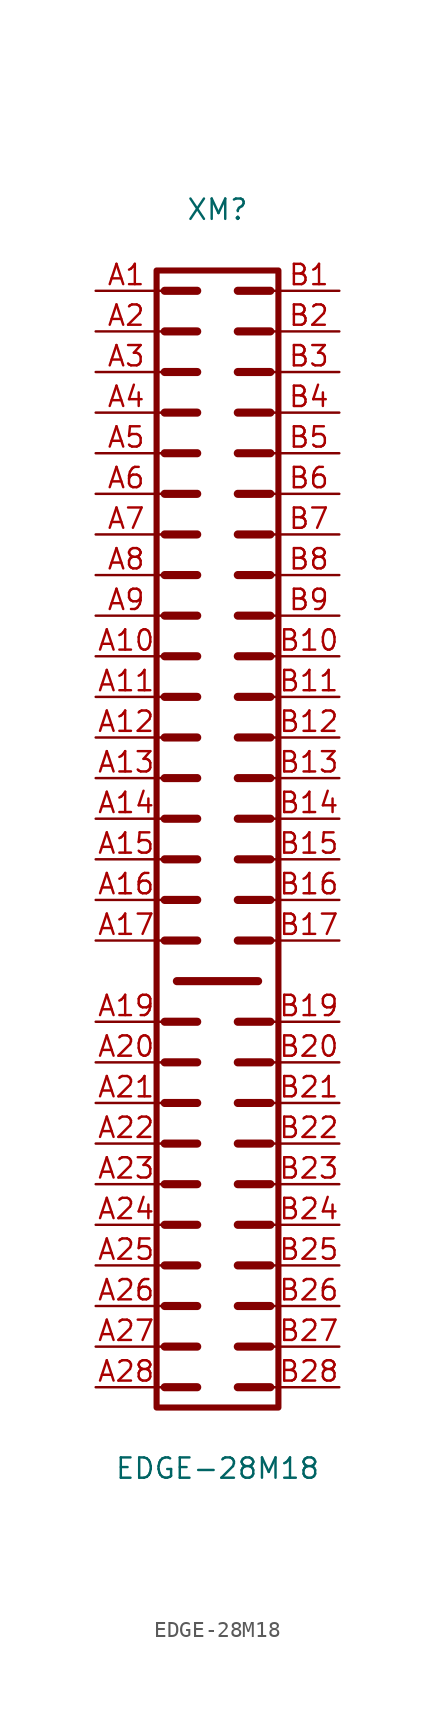
<source format=kicad_sym>
(kicad_symbol_lib
  (version 20231120)
  (generator "kicad_symbol_editor")
  (generator_version "8.0")
  (symbol "EDGE-28M18"
    (pin_names
      (offset 1.016))
    (property "Reference" "XM"
      (at 0 39.37 0)
      (effects (font (size 1.27 1.27))))
    (property "Value" "EDGE-28M18"
      (at 0 -39.37 0)
      (effects (font (size 1.27 1.27))))
    (symbol "EDGE-28M18_0_0"
      (polyline (pts (xy -2.54 -8.89) (xy 2.54 -8.89)) (stroke (width 0.508) (type default)) (fill (type none))))
    (symbol "EDGE-28M18_0_1"
      (rectangle (start -3.81 35.56) (end 3.81 -35.56) (stroke (width 0.381) (type default)) (fill (type none)))
      (polyline (pts (xy -3.81 -34.29) (xy -3.302 -34.29)) (stroke (width 0) (type default)) (fill (type none)))
      (polyline (pts (xy -3.81 -31.75) (xy -3.302 -31.75)) (stroke (width 0) (type default)) (fill (type none)))
      (polyline (pts (xy -3.81 -29.21) (xy -3.302 -29.21)) (stroke (width 0) (type default)) (fill (type none)))
      (polyline (pts (xy -3.81 -26.67) (xy -3.302 -26.67)) (stroke (width 0) (type default)) (fill (type none)))
      (polyline (pts (xy -3.81 -24.13) (xy -3.302 -24.13)) (stroke (width 0) (type default)) (fill (type none)))
      (polyline (pts (xy -3.81 -21.59) (xy -3.302 -21.59)) (stroke (width 0) (type default)) (fill (type none)))
      (polyline (pts (xy -3.81 -19.05) (xy -3.302 -19.05)) (stroke (width 0) (type default)) (fill (type none)))
      (polyline (pts (xy -3.81 -16.51) (xy -3.302 -16.51)) (stroke (width 0) (type default)) (fill (type none)))
      (polyline (pts (xy -3.81 -13.97) (xy -3.302 -13.97)) (stroke (width 0) (type default)) (fill (type none)))
      (polyline (pts (xy -3.81 -11.43) (xy -3.302 -11.43)) (stroke (width 0) (type default)) (fill (type none)))
      (polyline (pts (xy -3.81 -6.35) (xy -3.302 -6.35)) (stroke (width 0) (type default)) (fill (type none)))
      (polyline (pts (xy -3.81 -3.81) (xy -3.302 -3.81)) (stroke (width 0) (type default)) (fill (type none)))
      (polyline (pts (xy -3.81 -1.27) (xy -3.302 -1.27)) (stroke (width 0) (type default)) (fill (type none)))
      (polyline (pts (xy -3.81 1.27) (xy -3.302 1.27)) (stroke (width 0) (type default)) (fill (type none)))
      (polyline (pts (xy -3.81 3.81) (xy -3.302 3.81)) (stroke (width 0) (type default)) (fill (type none)))
      (polyline (pts (xy -3.81 6.35) (xy -3.302 6.35)) (stroke (width 0) (type default)) (fill (type none)))
      (polyline (pts (xy -3.81 8.89) (xy -3.302 8.89)) (stroke (width 0) (type default)) (fill (type none)))
      (polyline (pts (xy -3.81 11.43) (xy -3.302 11.43)) (stroke (width 0) (type default)) (fill (type none)))
      (polyline (pts (xy -3.81 13.97) (xy -3.302 13.97)) (stroke (width 0) (type default)) (fill (type none)))
      (polyline (pts (xy -3.81 16.51) (xy -3.302 16.51)) (stroke (width 0) (type default)) (fill (type none)))
      (polyline (pts (xy -3.81 19.05) (xy -3.302 19.05)) (stroke (width 0) (type default)) (fill (type none)))
      (polyline (pts (xy -3.81 21.59) (xy -3.302 21.59)) (stroke (width 0) (type default)) (fill (type none)))
      (polyline (pts (xy -3.81 24.13) (xy -3.302 24.13)) (stroke (width 0) (type default)) (fill (type none)))
      (polyline (pts (xy -3.81 26.67) (xy -3.302 26.67)) (stroke (width 0) (type default)) (fill (type none)))
      (polyline (pts (xy -3.81 29.21) (xy -3.302 29.21)) (stroke (width 0) (type default)) (fill (type none)))
      (polyline (pts (xy -3.81 31.75) (xy -3.302 31.75)) (stroke (width 0) (type default)) (fill (type none)))
      (polyline (pts (xy -3.81 34.29) (xy -3.302 34.29)) (stroke (width 0) (type default)) (fill (type none)))
      (polyline (pts (xy -3.302 -34.29) (xy -1.27 -34.29)) (stroke (width 0.508) (type default)) (fill (type none)))
      (polyline (pts (xy -3.302 -31.75) (xy -1.27 -31.75)) (stroke (width 0.508) (type default)) (fill (type none)))
      (polyline (pts (xy -3.302 -29.21) (xy -1.27 -29.21)) (stroke (width 0.508) (type default)) (fill (type none)))
      (polyline (pts (xy -3.302 -26.67) (xy -1.27 -26.67)) (stroke (width 0.508) (type default)) (fill (type none)))
      (polyline (pts (xy -3.302 -24.13) (xy -1.27 -24.13)) (stroke (width 0.508) (type default)) (fill (type none)))
      (polyline (pts (xy -3.302 -21.59) (xy -1.27 -21.59)) (stroke (width 0.508) (type default)) (fill (type none)))
      (polyline (pts (xy -3.302 -19.05) (xy -1.27 -19.05)) (stroke (width 0.508) (type default)) (fill (type none)))
      (polyline (pts (xy -3.302 -16.51) (xy -1.27 -16.51)) (stroke (width 0.508) (type default)) (fill (type none)))
      (polyline (pts (xy -3.302 -13.97) (xy -1.27 -13.97)) (stroke (width 0.508) (type default)) (fill (type none)))
      (polyline (pts (xy -3.302 -11.43) (xy -1.27 -11.43)) (stroke (width 0.508) (type default)) (fill (type none)))
      (polyline (pts (xy -3.302 -6.35) (xy -1.27 -6.35)) (stroke (width 0.508) (type default)) (fill (type none)))
      (polyline (pts (xy -3.302 -3.81) (xy -1.27 -3.81)) (stroke (width 0.508) (type default)) (fill (type none)))
      (polyline (pts (xy -3.302 -1.27) (xy -1.27 -1.27)) (stroke (width 0.508) (type default)) (fill (type none)))
      (polyline (pts (xy -3.302 1.27) (xy -1.27 1.27)) (stroke (width 0.508) (type default)) (fill (type none)))
      (polyline (pts (xy -3.302 3.81) (xy -1.27 3.81)) (stroke (width 0.508) (type default)) (fill (type none)))
      (polyline (pts (xy -3.302 6.35) (xy -1.27 6.35)) (stroke (width 0.508) (type default)) (fill (type none)))
      (polyline (pts (xy -3.302 8.89) (xy -1.27 8.89)) (stroke (width 0.508) (type default)) (fill (type none)))
      (polyline (pts (xy -3.302 11.43) (xy -1.27 11.43)) (stroke (width 0.508) (type default)) (fill (type none)))
      (polyline (pts (xy -3.302 13.97) (xy -1.27 13.97)) (stroke (width 0.508) (type default)) (fill (type none)))
      (polyline (pts (xy -3.302 16.51) (xy -1.27 16.51)) (stroke (width 0.508) (type default)) (fill (type none)))
      (polyline (pts (xy -3.302 19.05) (xy -1.27 19.05)) (stroke (width 0.508) (type default)) (fill (type none)))
      (polyline (pts (xy -3.302 21.59) (xy -1.27 21.59)) (stroke (width 0.508) (type default)) (fill (type none)))
      (polyline (pts (xy -3.302 24.13) (xy -1.27 24.13)) (stroke (width 0.508) (type default)) (fill (type none)))
      (polyline (pts (xy -3.302 26.67) (xy -1.27 26.67)) (stroke (width 0.508) (type default)) (fill (type none)))
      (polyline (pts (xy -3.302 29.21) (xy -1.27 29.21)) (stroke (width 0.508) (type default)) (fill (type none)))
      (polyline (pts (xy -3.302 31.75) (xy -1.27 31.75)) (stroke (width 0.508) (type default)) (fill (type none)))
      (polyline (pts (xy -3.302 34.29) (xy -1.27 34.29)) (stroke (width 0.508) (type default)) (fill (type none)))
      (polyline (pts (xy 3.302 -34.29) (xy 1.27 -34.29)) (stroke (width 0.508) (type default)) (fill (type none)))
      (polyline (pts (xy 3.302 -31.75) (xy 1.27 -31.75)) (stroke (width 0.508) (type default)) (fill (type none)))
      (polyline (pts (xy 3.302 -29.21) (xy 1.27 -29.21)) (stroke (width 0.508) (type default)) (fill (type none)))
      (polyline (pts (xy 3.302 -26.67) (xy 1.27 -26.67)) (stroke (width 0.508) (type default)) (fill (type none)))
      (polyline (pts (xy 3.302 -24.13) (xy 1.27 -24.13)) (stroke (width 0.508) (type default)) (fill (type none)))
      (polyline (pts (xy 3.302 -21.59) (xy 1.27 -21.59)) (stroke (width 0.508) (type default)) (fill (type none)))
      (polyline (pts (xy 3.302 -19.05) (xy 1.27 -19.05)) (stroke (width 0.508) (type default)) (fill (type none)))
      (polyline (pts (xy 3.302 -16.51) (xy 1.27 -16.51)) (stroke (width 0.508) (type default)) (fill (type none)))
      (polyline (pts (xy 3.302 -13.97) (xy 1.27 -13.97)) (stroke (width 0.508) (type default)) (fill (type none)))
      (polyline (pts (xy 3.302 -11.43) (xy 1.27 -11.43)) (stroke (width 0.508) (type default)) (fill (type none)))
      (polyline (pts (xy 3.302 -6.35) (xy 1.27 -6.35)) (stroke (width 0.508) (type default)) (fill (type none)))
      (polyline (pts (xy 3.302 -3.81) (xy 1.27 -3.81)) (stroke (width 0.508) (type default)) (fill (type none)))
      (polyline (pts (xy 3.302 -1.27) (xy 1.27 -1.27)) (stroke (width 0.508) (type default)) (fill (type none)))
      (polyline (pts (xy 3.302 1.27) (xy 1.27 1.27)) (stroke (width 0.508) (type default)) (fill (type none)))
      (polyline (pts (xy 3.302 3.81) (xy 1.27 3.81)) (stroke (width 0.508) (type default)) (fill (type none)))
      (polyline (pts (xy 3.302 6.35) (xy 1.27 6.35)) (stroke (width 0.508) (type default)) (fill (type none)))
      (polyline (pts (xy 3.302 8.89) (xy 1.27 8.89)) (stroke (width 0.508) (type default)) (fill (type none)))
      (polyline (pts (xy 3.302 11.43) (xy 1.27 11.43)) (stroke (width 0.508) (type default)) (fill (type none)))
      (polyline (pts (xy 3.302 13.97) (xy 1.27 13.97)) (stroke (width 0.508) (type default)) (fill (type none)))
      (polyline (pts (xy 3.302 16.51) (xy 1.27 16.51)) (stroke (width 0.508) (type default)) (fill (type none)))
      (polyline (pts (xy 3.302 19.05) (xy 1.27 19.05)) (stroke (width 0.508) (type default)) (fill (type none)))
      (polyline (pts (xy 3.302 21.59) (xy 1.27 21.59)) (stroke (width 0.508) (type default)) (fill (type none)))
      (polyline (pts (xy 3.302 24.13) (xy 1.27 24.13)) (stroke (width 0.508) (type default)) (fill (type none)))
      (polyline (pts (xy 3.302 26.67) (xy 1.27 26.67)) (stroke (width 0.508) (type default)) (fill (type none)))
      (polyline (pts (xy 3.302 29.21) (xy 1.27 29.21)) (stroke (width 0.508) (type default)) (fill (type none)))
      (polyline (pts (xy 3.302 31.75) (xy 1.27 31.75)) (stroke (width 0.508) (type default)) (fill (type none)))
      (polyline (pts (xy 3.302 34.29) (xy 1.27 34.29)) (stroke (width 0.508) (type default)) (fill (type none)))
      (polyline (pts (xy 3.81 -34.29) (xy 3.302 -34.29)) (stroke (width 0) (type default)) (fill (type none)))
      (polyline (pts (xy 3.81 -31.75) (xy 3.302 -31.75)) (stroke (width 0) (type default)) (fill (type none)))
      (polyline (pts (xy 3.81 -29.21) (xy 3.302 -29.21)) (stroke (width 0) (type default)) (fill (type none)))
      (polyline (pts (xy 3.81 -26.67) (xy 3.302 -26.67)) (stroke (width 0) (type default)) (fill (type none)))
      (polyline (pts (xy 3.81 -24.13) (xy 3.302 -24.13)) (stroke (width 0) (type default)) (fill (type none)))
      (polyline (pts (xy 3.81 -21.59) (xy 3.302 -21.59)) (stroke (width 0) (type default)) (fill (type none)))
      (polyline (pts (xy 3.81 -19.05) (xy 3.302 -19.05)) (stroke (width 0) (type default)) (fill (type none)))
      (polyline (pts (xy 3.81 -16.51) (xy 3.302 -16.51)) (stroke (width 0) (type default)) (fill (type none)))
      (polyline (pts (xy 3.81 -13.97) (xy 3.302 -13.97)) (stroke (width 0) (type default)) (fill (type none)))
      (polyline (pts (xy 3.81 -11.43) (xy 3.302 -11.43)) (stroke (width 0) (type default)) (fill (type none)))
      (polyline (pts (xy 3.81 -6.35) (xy 3.302 -6.35)) (stroke (width 0) (type default)) (fill (type none)))
      (polyline (pts (xy 3.81 -3.81) (xy 3.302 -3.81)) (stroke (width 0) (type default)) (fill (type none)))
      (polyline (pts (xy 3.81 -1.27) (xy 3.302 -1.27)) (stroke (width 0) (type default)) (fill (type none)))
      (polyline (pts (xy 3.81 1.27) (xy 3.302 1.27)) (stroke (width 0) (type default)) (fill (type none)))
      (polyline (pts (xy 3.81 3.81) (xy 3.302 3.81)) (stroke (width 0) (type default)) (fill (type none)))
      (polyline (pts (xy 3.81 6.35) (xy 3.302 6.35)) (stroke (width 0) (type default)) (fill (type none)))
      (polyline (pts (xy 3.81 8.89) (xy 3.302 8.89)) (stroke (width 0) (type default)) (fill (type none)))
      (polyline (pts (xy 3.81 11.43) (xy 3.302 11.43)) (stroke (width 0) (type default)) (fill (type none)))
      (polyline (pts (xy 3.81 13.97) (xy 3.302 13.97)) (stroke (width 0) (type default)) (fill (type none)))
      (polyline (pts (xy 3.81 16.51) (xy 3.302 16.51)) (stroke (width 0) (type default)) (fill (type none)))
      (polyline (pts (xy 3.81 19.05) (xy 3.302 19.05)) (stroke (width 0) (type default)) (fill (type none)))
      (polyline (pts (xy 3.81 21.59) (xy 3.302 21.59)) (stroke (width 0) (type default)) (fill (type none)))
      (polyline (pts (xy 3.81 24.13) (xy 3.302 24.13)) (stroke (width 0) (type default)) (fill (type none)))
      (polyline (pts (xy 3.81 26.67) (xy 3.302 26.67)) (stroke (width 0) (type default)) (fill (type none)))
      (polyline (pts (xy 3.81 29.21) (xy 3.302 29.21)) (stroke (width 0) (type default)) (fill (type none)))
      (polyline (pts (xy 3.81 31.75) (xy 3.302 31.75)) (stroke (width 0) (type default)) (fill (type none)))
      (polyline (pts (xy 3.81 34.29) (xy 3.302 34.29)) (stroke (width 0) (type default)) (fill (type none))))
    (symbol "EDGE-28M18_1_1"
      (pin passive line (at -7.62 34.29 0) (length 3.81) (name "~" (effects (font (size 1.27 1.27)))) (number "A1" (effects (font (size 1.27 1.27)))))
      (pin passive line (at -7.62 11.43 0) (length 3.81) (name "~" (effects (font (size 1.27 1.27)))) (number "A10" (effects (font (size 1.27 1.27)))))
      (pin passive line (at -7.62 8.89 0) (length 3.81) (name "~" (effects (font (size 1.27 1.27)))) (number "A11" (effects (font (size 1.27 1.27)))))
      (pin passive line (at -7.62 6.35 0) (length 3.81) (name "~" (effects (font (size 1.27 1.27)))) (number "A12" (effects (font (size 1.27 1.27)))))
      (pin passive line (at -7.62 3.81 0) (length 3.81) (name "~" (effects (font (size 1.27 1.27)))) (number "A13" (effects (font (size 1.27 1.27)))))
      (pin passive line (at -7.62 1.27 0) (length 3.81) (name "~" (effects (font (size 1.27 1.27)))) (number "A14" (effects (font (size 1.27 1.27)))))
      (pin passive line (at -7.62 -1.27 0) (length 3.81) (name "~" (effects (font (size 1.27 1.27)))) (number "A15" (effects (font (size 1.27 1.27)))))
      (pin passive line (at -7.62 -3.81 0) (length 3.81) (name "~" (effects (font (size 1.27 1.27)))) (number "A16" (effects (font (size 1.27 1.27)))))
      (pin passive line (at -7.62 -6.35 0) (length 3.81) (name "~" (effects (font (size 1.27 1.27)))) (number "A17" (effects (font (size 1.27 1.27)))))
      (pin passive line (at -7.62 -11.43 0) (length 3.81) (name "~" (effects (font (size 1.27 1.27)))) (number "A19" (effects (font (size 1.27 1.27)))))
      (pin passive line (at -7.62 31.75 0) (length 3.81) (name "~" (effects (font (size 1.27 1.27)))) (number "A2" (effects (font (size 1.27 1.27)))))
      (pin passive line (at -7.62 -13.97 0) (length 3.81) (name "~" (effects (font (size 1.27 1.27)))) (number "A20" (effects (font (size 1.27 1.27)))))
      (pin passive line (at -7.62 -16.51 0) (length 3.81) (name "~" (effects (font (size 1.27 1.27)))) (number "A21" (effects (font (size 1.27 1.27)))))
      (pin passive line (at -7.62 -19.05 0) (length 3.81) (name "~" (effects (font (size 1.27 1.27)))) (number "A22" (effects (font (size 1.27 1.27)))))
      (pin passive line (at -7.62 -21.59 0) (length 3.81) (name "~" (effects (font (size 1.27 1.27)))) (number "A23" (effects (font (size 1.27 1.27)))))
      (pin passive line (at -7.62 -24.13 0) (length 3.81) (name "~" (effects (font (size 1.27 1.27)))) (number "A24" (effects (font (size 1.27 1.27)))))
      (pin passive line (at -7.62 -26.67 0) (length 3.81) (name "~" (effects (font (size 1.27 1.27)))) (number "A25" (effects (font (size 1.27 1.27)))))
      (pin passive line (at -7.62 -29.21 0) (length 3.81) (name "~" (effects (font (size 1.27 1.27)))) (number "A26" (effects (font (size 1.27 1.27)))))
      (pin passive line (at -7.62 -31.75 0) (length 3.81) (name "~" (effects (font (size 1.27 1.27)))) (number "A27" (effects (font (size 1.27 1.27)))))
      (pin passive line (at -7.62 -34.29 0) (length 3.81) (name "~" (effects (font (size 1.27 1.27)))) (number "A28" (effects (font (size 1.27 1.27)))))
      (pin passive line (at -7.62 29.21 0) (length 3.81) (name "~" (effects (font (size 1.27 1.27)))) (number "A3" (effects (font (size 1.27 1.27)))))
      (pin passive line (at -7.62 26.67 0) (length 3.81) (name "~" (effects (font (size 1.27 1.27)))) (number "A4" (effects (font (size 1.27 1.27)))))
      (pin passive line (at -7.62 24.13 0) (length 3.81) (name "~" (effects (font (size 1.27 1.27)))) (number "A5" (effects (font (size 1.27 1.27)))))
      (pin passive line (at -7.62 21.59 0) (length 3.81) (name "~" (effects (font (size 1.27 1.27)))) (number "A6" (effects (font (size 1.27 1.27)))))
      (pin passive line (at -7.62 19.05 0) (length 3.81) (name "~" (effects (font (size 1.27 1.27)))) (number "A7" (effects (font (size 1.27 1.27)))))
      (pin passive line (at -7.62 16.51 0) (length 3.81) (name "~" (effects (font (size 1.27 1.27)))) (number "A8" (effects (font (size 1.27 1.27)))))
      (pin passive line (at -7.62 13.97 0) (length 3.81) (name "~" (effects (font (size 1.27 1.27)))) (number "A9" (effects (font (size 1.27 1.27)))))
      (pin passive line (at 7.62 34.29 180) (length 3.81) (name "~" (effects (font (size 1.27 1.27)))) (number "B1" (effects (font (size 1.27 1.27)))))
      (pin passive line (at 7.62 11.43 180) (length 3.81) (name "~" (effects (font (size 1.27 1.27)))) (number "B10" (effects (font (size 1.27 1.27)))))
      (pin passive line (at 7.62 8.89 180) (length 3.81) (name "~" (effects (font (size 1.27 1.27)))) (number "B11" (effects (font (size 1.27 1.27)))))
      (pin passive line (at 7.62 6.35 180) (length 3.81) (name "~" (effects (font (size 1.27 1.27)))) (number "B12" (effects (font (size 1.27 1.27)))))
      (pin passive line (at 7.62 3.81 180) (length 3.81) (name "~" (effects (font (size 1.27 1.27)))) (number "B13" (effects (font (size 1.27 1.27)))))
      (pin passive line (at 7.62 1.27 180) (length 3.81) (name "~" (effects (font (size 1.27 1.27)))) (number "B14" (effects (font (size 1.27 1.27)))))
      (pin passive line (at 7.62 -1.27 180) (length 3.81) (name "~" (effects (font (size 1.27 1.27)))) (number "B15" (effects (font (size 1.27 1.27)))))
      (pin passive line (at 7.62 -3.81 180) (length 3.81) (name "~" (effects (font (size 1.27 1.27)))) (number "B16" (effects (font (size 1.27 1.27)))))
      (pin passive line (at 7.62 -6.35 180) (length 3.81) (name "~" (effects (font (size 1.27 1.27)))) (number "B17" (effects (font (size 1.27 1.27)))))
      (pin passive line (at 7.62 -11.43 180) (length 3.81) (name "~" (effects (font (size 1.27 1.27)))) (number "B19" (effects (font (size 1.27 1.27)))))
      (pin passive line (at 7.62 31.75 180) (length 3.81) (name "~" (effects (font (size 1.27 1.27)))) (number "B2" (effects (font (size 1.27 1.27)))))
      (pin passive line (at 7.62 -13.97 180) (length 3.81) (name "~" (effects (font (size 1.27 1.27)))) (number "B20" (effects (font (size 1.27 1.27)))))
      (pin passive line (at 7.62 -16.51 180) (length 3.81) (name "~" (effects (font (size 1.27 1.27)))) (number "B21" (effects (font (size 1.27 1.27)))))
      (pin passive line (at 7.62 -19.05 180) (length 3.81) (name "~" (effects (font (size 1.27 1.27)))) (number "B22" (effects (font (size 1.27 1.27)))))
      (pin passive line (at 7.62 -21.59 180) (length 3.81) (name "~" (effects (font (size 1.27 1.27)))) (number "B23" (effects (font (size 1.27 1.27)))))
      (pin passive line (at 7.62 -24.13 180) (length 3.81) (name "~" (effects (font (size 1.27 1.27)))) (number "B24" (effects (font (size 1.27 1.27)))))
      (pin passive line (at 7.62 -26.67 180) (length 3.81) (name "~" (effects (font (size 1.27 1.27)))) (number "B25" (effects (font (size 1.27 1.27)))))
      (pin passive line (at 7.62 -29.21 180) (length 3.81) (name "~" (effects (font (size 1.27 1.27)))) (number "B26" (effects (font (size 1.27 1.27)))))
      (pin passive line (at 7.62 -31.75 180) (length 3.81) (name "~" (effects (font (size 1.27 1.27)))) (number "B27" (effects (font (size 1.27 1.27)))))
      (pin passive line (at 7.62 -34.29 180) (length 3.81) (name "~" (effects (font (size 1.27 1.27)))) (number "B28" (effects (font (size 1.27 1.27)))))
      (pin passive line (at 7.62 29.21 180) (length 3.81) (name "~" (effects (font (size 1.27 1.27)))) (number "B3" (effects (font (size 1.27 1.27)))))
      (pin passive line (at 7.62 26.67 180) (length 3.81) (name "~" (effects (font (size 1.27 1.27)))) (number "B4" (effects (font (size 1.27 1.27)))))
      (pin passive line (at 7.62 24.13 180) (length 3.81) (name "~" (effects (font (size 1.27 1.27)))) (number "B5" (effects (font (size 1.27 1.27)))))
      (pin passive line (at 7.62 21.59 180) (length 3.81) (name "~" (effects (font (size 1.27 1.27)))) (number "B6" (effects (font (size 1.27 1.27)))))
      (pin passive line (at 7.62 19.05 180) (length 3.81) (name "~" (effects (font (size 1.27 1.27)))) (number "B7" (effects (font (size 1.27 1.27)))))
      (pin passive line (at 7.62 16.51 180) (length 3.81) (name "~" (effects (font (size 1.27 1.27)))) (number "B8" (effects (font (size 1.27 1.27)))))
      (pin passive line (at 7.62 13.97 180) (length 3.81) (name "~" (effects (font (size 1.27 1.27)))) (number "B9" (effects (font (size 1.27 1.27))))))))
</source>
